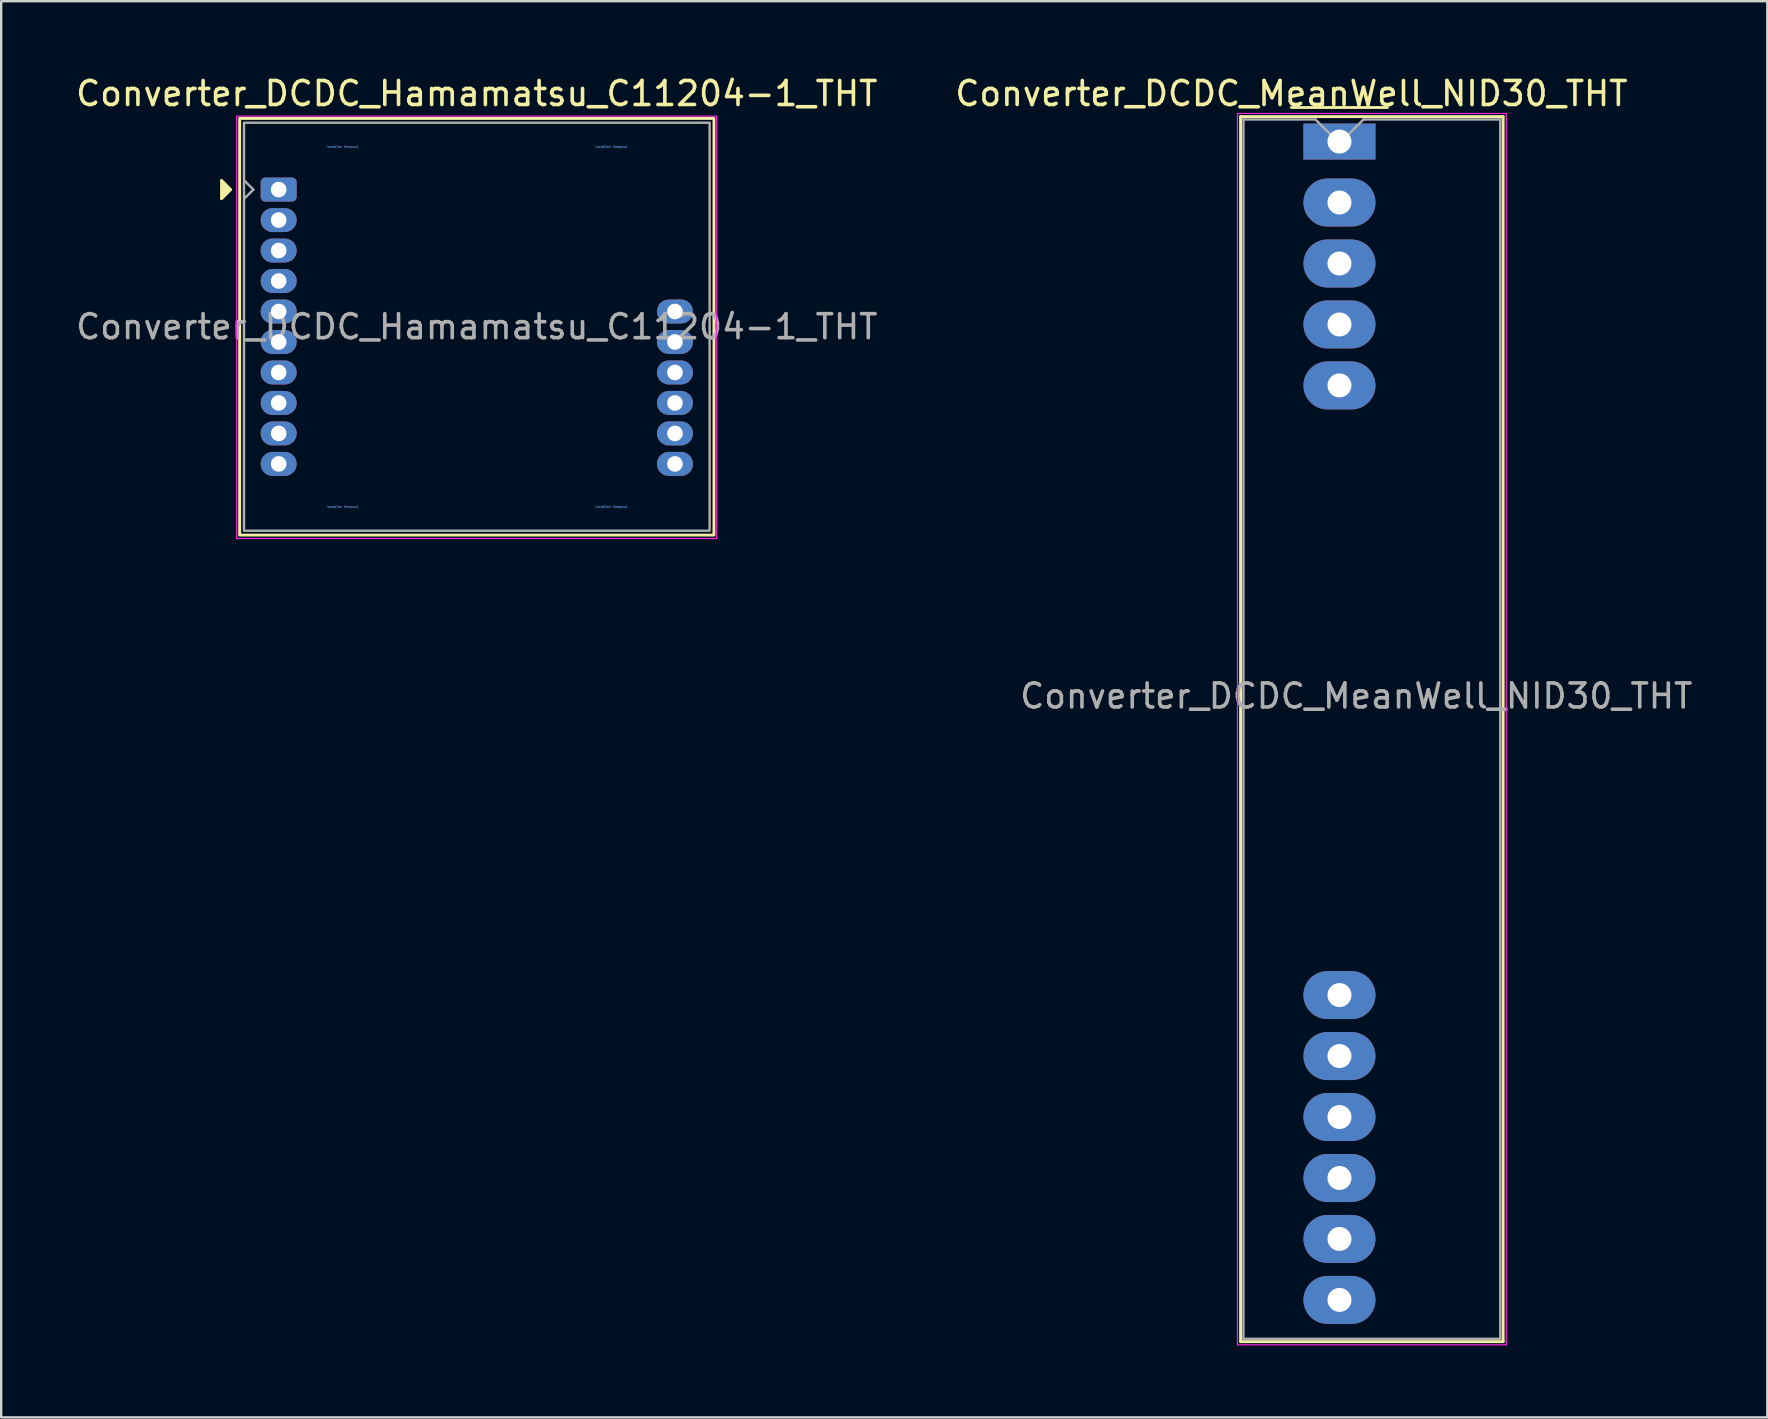
<source format=kicad_pcb>
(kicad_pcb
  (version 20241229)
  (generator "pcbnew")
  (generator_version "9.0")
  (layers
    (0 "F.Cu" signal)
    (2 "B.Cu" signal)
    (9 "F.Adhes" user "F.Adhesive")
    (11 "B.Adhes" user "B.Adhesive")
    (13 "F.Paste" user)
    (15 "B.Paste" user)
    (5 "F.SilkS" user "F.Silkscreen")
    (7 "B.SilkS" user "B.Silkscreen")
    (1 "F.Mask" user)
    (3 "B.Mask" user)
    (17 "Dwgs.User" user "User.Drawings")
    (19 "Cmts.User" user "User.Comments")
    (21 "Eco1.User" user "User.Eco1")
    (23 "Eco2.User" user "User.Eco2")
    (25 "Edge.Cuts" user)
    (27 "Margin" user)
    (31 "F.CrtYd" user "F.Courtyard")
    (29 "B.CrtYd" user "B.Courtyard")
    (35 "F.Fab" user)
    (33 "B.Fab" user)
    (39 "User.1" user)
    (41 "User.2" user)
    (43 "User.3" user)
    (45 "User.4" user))
  (footprint "Converter_DCDC_Hamamatsu_C11204-1_THT"
    (layer "F.Cu")
    (at 8.56 4.848)
    (property "Reference" "Converter_DCDC_Hamamatsu_C11204-1_THT" (at 8.255 -4 0) (unlocked yes) (layer "F.SilkS") (effects (font (size 1 1) (thickness 0.15))))
    (attr through_hole)
    (fp_rect (start -1.625 -2.965) (end 18.135 14.395) (stroke (width 0.12) (type solid)) (fill no) (layer "F.SilkS"))
    (fp_poly (pts (xy -2.381 0.381) (xy -2 0) (xy -2.381 -0.381)) (stroke (width 0.12) (type solid)) (fill yes) (layer "F.SilkS"))
    (fp_rect (start -1.75 -3.06) (end 18.25 14.54) (stroke (width 0.05) (type solid)) (fill no) (layer "F.CrtYd"))
    (fp_line (start -1.435 -0.381) (end -1.054 0) (stroke (width 0.1) (type default)) (layer "F.Fab"))
    (fp_line (start -1.054 0) (end -1.435 0.381) (stroke (width 0.1) (type default)) (layer "F.Fab"))
    (fp_rect (start -1.445 -2.785) (end 17.955 14.215) (stroke (width 0.1) (type solid)) (fill no) (layer "F.Fab"))
    (fp_text user "Isolation Keepout" (at 2.655 13.215 0) (unlocked yes) (layer "Cmts.User") (effects (font (size 0.1 0.1) (thickness 0.015))))
    (fp_text user "Isolation Keepout" (at 13.855 13.215 0) (unlocked yes) (layer "Cmts.User") (effects (font (size 0.1 0.1) (thickness 0.015))))
    (fp_text user "Isolation Keepout" (at 13.855 -1.785 0) (unlocked yes) (layer "Cmts.User") (effects (font (size 0.1 0.1) (thickness 0.015))))
    (fp_text user "Isolation Keepout" (at 2.655 -1.785 0) (unlocked yes) (layer "Cmts.User") (effects (font (size 0.1 0.1) (thickness 0.015))))
    (fp_text user "${REFERENCE}" (at 8.255 5.715 0) (unlocked yes) (layer "F.Fab") (effects (font (size 1 1) (thickness 0.15))))
    (pad "1" thru_hole roundrect (at 0 0) (size 1.5 1) (drill 0.65) (layers "*.Cu" "*.Mask") (roundrect_rratio 0.192))
    (pad "2" thru_hole oval (at 0 1.27) (size 1.5 1) (drill 0.65) (layers "*.Cu" "*.Mask"))
    (pad "3" thru_hole oval (at 0 2.54) (size 1.5 1) (drill 0.65) (layers "*.Cu" "*.Mask"))
    (pad "4" thru_hole oval (at 0 3.81) (size 1.5 1) (drill 0.65) (layers "*.Cu" "*.Mask"))
    (pad "5" thru_hole oval (at 0 5.08) (size 1.5 1) (drill 0.65) (layers "*.Cu" "*.Mask"))
    (pad "6" thru_hole oval (at 0 6.35) (size 1.5 1) (drill 0.65) (layers "*.Cu" "*.Mask"))
    (pad "7" thru_hole oval (at 0 7.62) (size 1.5 1) (drill 0.65) (layers "*.Cu" "*.Mask"))
    (pad "8" thru_hole oval (at 0 8.89) (size 1.5 1) (drill 0.65) (layers "*.Cu" "*.Mask"))
    (pad "9" thru_hole oval (at 0 10.16) (size 1.5 1) (drill 0.65) (layers "*.Cu" "*.Mask"))
    (pad "10" thru_hole oval (at 0 11.43) (size 1.5 1) (drill 0.65) (layers "*.Cu" "*.Mask"))
    (pad "11" thru_hole oval (at 16.51 11.43) (size 1.5 1) (drill 0.65) (layers "*.Cu" "*.Mask"))
    (pad "12" thru_hole oval (at 16.51 10.16) (size 1.5 1) (drill 0.65) (layers "*.Cu" "*.Mask"))
    (pad "13" thru_hole oval (at 16.51 8.89) (size 1.5 1) (drill 0.65) (layers "*.Cu" "*.Mask"))
    (pad "14" thru_hole oval (at 16.51 7.62) (size 1.5 1) (drill 0.65) (layers "*.Cu" "*.Mask"))
    (pad "15" thru_hole oval (at 16.51 6.35) (size 1.5 1) (drill 0.65) (layers "*.Cu" "*.Mask"))
    (pad "16" thru_hole oval (at 16.51 5.08) (size 1.5 1) (drill 0.65) (layers "*.Cu" "*.Mask"))
    (zone (net_name "") (layer "F.Cu") (hatch full 0.5) (connect_pads) (min_thickness 0.25) (filled_areas_thickness no) (keepout (tracks not_allowed) (vias not_allowed) (pads allowed) (copperpour not_allowed) (footprints allowed)) (placement (enabled no)) (fill) (polygon (pts (xy 12.211 2.965) (xy 12.172 2.773) (xy 12.097 2.592) (xy 11.988 2.429) (xy 11.85 2.29) (xy 11.687 2.181) (xy 11.506 2.106) (xy 11.313 2.068) (xy 11.117 2.068) (xy 10.925 2.106) (xy 10.744 2.181) (xy 10.581 2.29) (xy 10.442 2.429) (xy 10.334 2.592) (xy 10.259 2.773) (xy 10.22 2.965) (xy 10.22 3.161) (xy 10.259 3.354) (xy 10.334 3.535) (xy 10.442 3.698) (xy 10.581 3.836) (xy 10.744 3.945) (xy 10.925 4.02) (xy 11.117 4.058) (xy 11.313 4.058) (xy 11.506 4.02) (xy 11.687 3.945) (xy 11.85 3.836) (xy 11.988 3.698) (xy 12.097 3.535) (xy 12.172 3.354) (xy 12.211 3.161))))
    (zone (net_name "") (layer "F.Cu") (hatch full 0.5) (connect_pads) (min_thickness 0.25) (filled_areas_thickness no) (keepout (tracks not_allowed) (vias not_allowed) (pads allowed) (copperpour not_allowed) (footprints allowed)) (placement (enabled no)) (fill) (polygon (pts (xy 12.211 17.965) (xy 12.172 17.773) (xy 12.097 17.592) (xy 11.988 17.429) (xy 11.85 17.29) (xy 11.687 17.181) (xy 11.506 17.106) (xy 11.313 17.068) (xy 11.117 17.068) (xy 10.925 17.106) (xy 10.744 17.181) (xy 10.581 17.29) (xy 10.442 17.429) (xy 10.334 17.592) (xy 10.259 17.773) (xy 10.22 17.965) (xy 10.22 18.161) (xy 10.259 18.354) (xy 10.334 18.535) (xy 10.442 18.698) (xy 10.581 18.836) (xy 10.744 18.945) (xy 10.925 19.02) (xy 11.117 19.058) (xy 11.313 19.058) (xy 11.506 19.02) (xy 11.687 18.945) (xy 11.85 18.836) (xy 11.988 18.698) (xy 12.097 18.535) (xy 12.172 18.354) (xy 12.211 18.161))))
    (zone (net_name "") (layer "F.Cu") (hatch full 0.5) (connect_pads) (min_thickness 0.25) (filled_areas_thickness no) (keepout (tracks not_allowed) (vias not_allowed) (pads allowed) (copperpour not_allowed) (footprints allowed)) (placement (enabled no)) (fill) (polygon (pts (xy 23.411 2.965) (xy 23.372 2.773) (xy 23.297 2.592) (xy 23.188 2.429) (xy 23.05 2.29) (xy 22.887 2.181) (xy 22.706 2.106) (xy 22.513 2.068) (xy 22.317 2.068) (xy 22.125 2.106) (xy 21.944 2.181) (xy 21.781 2.29) (xy 21.642 2.429) (xy 21.534 2.592) (xy 21.459 2.773) (xy 21.42 2.965) (xy 21.42 3.161) (xy 21.459 3.354) (xy 21.534 3.535) (xy 21.642 3.698) (xy 21.781 3.836) (xy 21.944 3.945) (xy 22.125 4.02) (xy 22.317 4.058) (xy 22.513 4.058) (xy 22.706 4.02) (xy 22.887 3.945) (xy 23.05 3.836) (xy 23.188 3.698) (xy 23.297 3.535) (xy 23.372 3.354) (xy 23.411 3.161))))
    (zone (net_name "") (layer "F.Cu") (hatch full 0.5) (connect_pads) (min_thickness 0.25) (filled_areas_thickness no) (keepout (tracks not_allowed) (vias not_allowed) (pads allowed) (copperpour not_allowed) (footprints allowed)) (placement (enabled no)) (fill) (polygon (pts (xy 23.411 17.965) (xy 23.372 17.773) (xy 23.297 17.592) (xy 23.188 17.429) (xy 23.05 17.29) (xy 22.887 17.181) (xy 22.706 17.106) (xy 22.513 17.068) (xy 22.317 17.068) (xy 22.125 17.106) (xy 21.944 17.181) (xy 21.781 17.29) (xy 21.642 17.429) (xy 21.534 17.592) (xy 21.459 17.773) (xy 21.42 17.965) (xy 21.42 18.161) (xy 21.459 18.354) (xy 21.534 18.535) (xy 21.642 18.698) (xy 21.781 18.836) (xy 21.944 18.945) (xy 22.125 19.02) (xy 22.317 19.058) (xy 22.513 19.058) (xy 22.706 19.02) (xy 22.887 18.945) (xy 23.05 18.836) (xy 23.188 18.698) (xy 23.297 18.535) (xy 23.372 18.354) (xy 23.411 18.161)))))
  (footprint "Converter_DCDC_MeanWell_NID30_THT"
    (layer "F.Cu")
    (at 52.756 2.848)
    (property "Reference" "Converter_DCDC_MeanWell_NID30_THT" (at -2 -2 0) (layer "F.SilkS") (effects (font (size 1 1) (thickness 0.15))))
    (attr through_hole)
    (fp_line (start -4.12 -1.04) (end 6.82 -1.04) (stroke (width 0.12) (type solid)) (layer "F.SilkS"))
    (fp_line (start -4.12 50) (end -4.12 -1.04) (stroke (width 0.12) (type solid)) (layer "F.SilkS"))
    (fp_line (start -2 -1.42) (end 2 -1.42) (stroke (width 0.12) (type solid)) (layer "F.SilkS"))
    (fp_line (start 6.82 -1.04) (end 6.82 50) (stroke (width 0.12) (type solid)) (layer "F.SilkS"))
    (fp_line (start 6.82 50) (end -4.12 50) (stroke (width 0.12) (type solid)) (layer "F.SilkS"))
    (fp_line (start -4.25 -1.17) (end 6.95 -1.17) (stroke (width 0.05) (type solid)) (layer "F.CrtYd"))
    (fp_line (start -4.25 50.13) (end -4.25 -1.17) (stroke (width 0.05) (type solid)) (layer "F.CrtYd"))
    (fp_line (start 6.95 -1.17) (end 6.95 50.13) (stroke (width 0.05) (type solid)) (layer "F.CrtYd"))
    (fp_line (start 6.95 50.13) (end -4.25 50.13) (stroke (width 0.05) (type solid)) (layer "F.CrtYd"))
    (fp_line (start -4 -0.92) (end -1 -0.92) (stroke (width 0.1) (type solid)) (layer "F.Fab"))
    (fp_line (start -4 49.88) (end -4 -0.92) (stroke (width 0.1) (type solid)) (layer "F.Fab"))
    (fp_line (start -1 -0.92) (end 0 0.08) (stroke (width 0.1) (type solid)) (layer "F.Fab"))
    (fp_line (start 0 0.08) (end 1 -0.92) (stroke (width 0.1) (type solid)) (layer "F.Fab"))
    (fp_line (start 1 -0.92) (end 6.7 -0.92) (stroke (width 0.1) (type solid)) (layer "F.Fab"))
    (fp_line (start 6.7 -0.92) (end 6.7 49.88) (stroke (width 0.1) (type solid)) (layer "F.Fab"))
    (fp_line (start 6.7 49.88) (end -4 49.88) (stroke (width 0.1) (type solid)) (layer "F.Fab"))
    (fp_text user "${REFERENCE}" (at 0.7 23.1 0) (layer "F.Fab") (effects (font (size 1 1) (thickness 0.15))))
    (pad "1" thru_hole rect (at 0 0) (size 3 1.5) (drill 1) (layers "*.Cu" "*.Mask"))
    (pad "2" thru_hole oval (at 0 2.54) (size 3 2) (drill 1) (layers "*.Cu" "*.Mask"))
    (pad "3" thru_hole oval (at 0 5.08) (size 3 2) (drill 1) (layers "*.Cu" "*.Mask"))
    (pad "4" thru_hole oval (at 0 7.62) (size 3 2) (drill 1) (layers "*.Cu" "*.Mask"))
    (pad "5" thru_hole oval (at 0 10.16) (size 3 2) (drill 1) (layers "*.Cu" "*.Mask"))
    (pad "6" thru_hole oval (at 0 35.56) (size 3 2) (drill 1) (layers "*.Cu" "*.Mask"))
    (pad "7" thru_hole oval (at 0 38.1) (size 3 2) (drill 1) (layers "*.Cu" "*.Mask"))
    (pad "8" thru_hole oval (at 0 40.64) (size 3 2) (drill 1) (layers "*.Cu" "*.Mask"))
    (pad "9" thru_hole oval (at 0 43.18) (size 3 2) (drill 1) (layers "*.Cu" "*.Mask"))
    (pad "10" thru_hole oval (at 0 45.72) (size 3 2) (drill 1) (layers "*.Cu" "*.Mask"))
    (pad "11" thru_hole oval (at 0 48.26) (size 3 2) (drill 1) (layers "*.Cu" "*.Mask")))
  (gr_rect
    (start -3 -3)
    (end 70.581 56.003)
    (stroke (width 0.1) (type default))
    (fill no)
    (layer "Edge.Cuts")))
</source>
